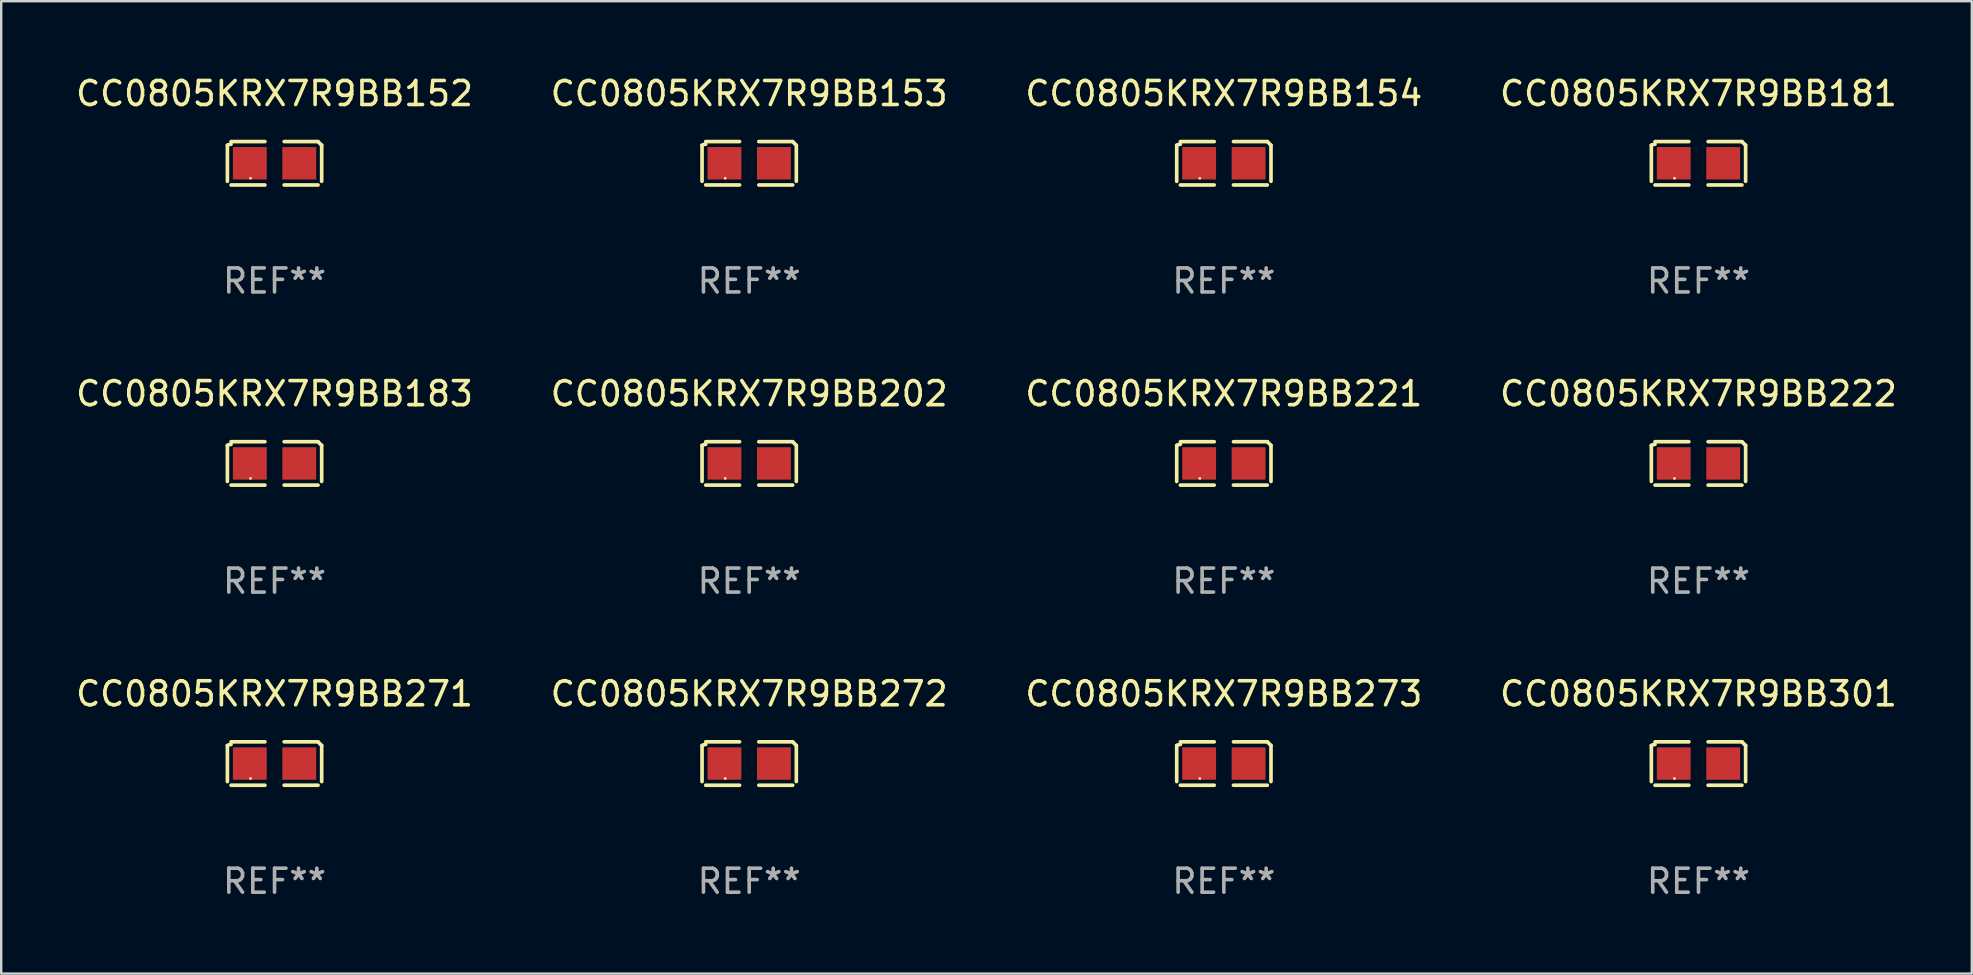
<source format=kicad_pcb>
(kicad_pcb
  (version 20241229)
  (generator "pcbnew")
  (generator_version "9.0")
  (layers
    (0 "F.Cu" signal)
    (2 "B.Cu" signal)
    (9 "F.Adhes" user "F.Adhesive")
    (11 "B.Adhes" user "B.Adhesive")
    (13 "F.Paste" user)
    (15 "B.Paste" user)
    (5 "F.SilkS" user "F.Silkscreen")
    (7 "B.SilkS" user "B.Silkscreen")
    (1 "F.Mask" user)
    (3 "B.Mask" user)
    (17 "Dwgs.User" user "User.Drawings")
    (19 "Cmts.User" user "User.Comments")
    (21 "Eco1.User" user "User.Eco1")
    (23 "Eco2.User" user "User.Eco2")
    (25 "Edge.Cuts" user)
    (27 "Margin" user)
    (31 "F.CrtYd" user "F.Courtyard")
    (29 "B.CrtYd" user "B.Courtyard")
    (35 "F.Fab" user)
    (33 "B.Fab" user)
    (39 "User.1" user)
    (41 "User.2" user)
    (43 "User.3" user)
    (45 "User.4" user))
  (footprint "CC0805KRX7R9BB221"
    (layer "F.Cu")
    (at 47.935 16.256)
    (property "Reference" "CC0805KRX7R9BB221" (at 0 -2.904 0) (layer "F.SilkS") (effects (font (size 1 1) (thickness 0.15))))
    (attr through_hole)
    (fp_line (start -1.964 0.751) (end -1.964 -0.751) (stroke (width 0.152) (type solid)) (layer "F.SilkS"))
    (fp_line (start -1.811 -0.904) (end -0.401 -0.904) (stroke (width 0.152) (type solid)) (layer "F.SilkS"))
    (fp_line (start -0.401 0.904) (end -1.811 0.904) (stroke (width 0.152) (type solid)) (layer "F.SilkS"))
    (fp_line (start 0.401 0.904) (end 1.811 0.904) (stroke (width 0.152) (type solid)) (layer "F.SilkS"))
    (fp_line (start 1.811 -0.904) (end 0.401 -0.904) (stroke (width 0.152) (type solid)) (layer "F.SilkS"))
    (fp_line (start 1.964 0.751) (end 1.964 -0.751) (stroke (width 0.152) (type solid)) (layer "F.SilkS"))
    (fp_arc (start -1.963602 -0.751207) (mid -1.890354 -0.783131) (end -1.811201 -0.794044) (stroke (width 0.1524) (type solid)) (layer "F.SilkS"))
    (fp_arc (start 1.811202 -0.903607) (mid 1.887413 -0.827418) (end 1.963602 -0.751207) (stroke (width 0.1524) (type solid)) (layer "F.SilkS"))
    (fp_circle (center -1 0.625) (end -0.97 0.625) (stroke (width 0.06) (type solid)) (fill no) (layer "F.SilkS"))
    (fp_text user "REF**" (at 0 4.904 0) (layer "F.Fab") (effects (font (size 1 1) (thickness 0.15))))
    (pad "1" smd rect (at -1.03 0) (size 1.41 1.35) (layers "F.Cu" "F.Mask" "F.Paste"))
    (pad "2" smd rect (at 1.03 0) (size 1.41 1.35) (layers "F.Cu" "F.Mask" "F.Paste")))
  (footprint "CC0805KRX7R9BB183"
    (layer "F.Cu")
    (at 8.387 16.256)
    (property "Reference" "CC0805KRX7R9BB183" (at 0 -2.904 0) (layer "F.SilkS") (effects (font (size 1 1) (thickness 0.15))))
    (attr through_hole)
    (fp_line (start -1.964 0.751) (end -1.964 -0.751) (stroke (width 0.152) (type solid)) (layer "F.SilkS"))
    (fp_line (start -1.811 -0.904) (end -0.401 -0.904) (stroke (width 0.152) (type solid)) (layer "F.SilkS"))
    (fp_line (start -0.401 0.904) (end -1.811 0.904) (stroke (width 0.152) (type solid)) (layer "F.SilkS"))
    (fp_line (start 0.401 0.904) (end 1.811 0.904) (stroke (width 0.152) (type solid)) (layer "F.SilkS"))
    (fp_line (start 1.811 -0.904) (end 0.401 -0.904) (stroke (width 0.152) (type solid)) (layer "F.SilkS"))
    (fp_line (start 1.964 0.751) (end 1.964 -0.751) (stroke (width 0.152) (type solid)) (layer "F.SilkS"))
    (fp_arc (start -1.963602 -0.751207) (mid -1.890354 -0.783131) (end -1.811201 -0.794044) (stroke (width 0.1524) (type solid)) (layer "F.SilkS"))
    (fp_arc (start 1.811202 -0.903607) (mid 1.887413 -0.827418) (end 1.963602 -0.751207) (stroke (width 0.1524) (type solid)) (layer "F.SilkS"))
    (fp_circle (center -1 0.625) (end -0.97 0.625) (stroke (width 0.06) (type solid)) (fill no) (layer "F.SilkS"))
    (fp_text user "REF**" (at 0 4.904 0) (layer "F.Fab") (effects (font (size 1 1) (thickness 0.15))))
    (pad "1" smd rect (at -1.03 0) (size 1.41 1.35) (layers "F.Cu" "F.Mask" "F.Paste"))
    (pad "2" smd rect (at 1.03 0) (size 1.41 1.35) (layers "F.Cu" "F.Mask" "F.Paste")))
  (footprint "CC0805KRX7R9BB272"
    (layer "F.Cu")
    (at 28.161 28.759)
    (property "Reference" "CC0805KRX7R9BB272" (at 0 -2.904 0) (layer "F.SilkS") (effects (font (size 1 1) (thickness 0.15))))
    (attr through_hole)
    (fp_line (start -1.964 0.751) (end -1.964 -0.751) (stroke (width 0.152) (type solid)) (layer "F.SilkS"))
    (fp_line (start -1.811 -0.904) (end -0.401 -0.904) (stroke (width 0.152) (type solid)) (layer "F.SilkS"))
    (fp_line (start -0.401 0.904) (end -1.811 0.904) (stroke (width 0.152) (type solid)) (layer "F.SilkS"))
    (fp_line (start 0.401 0.904) (end 1.811 0.904) (stroke (width 0.152) (type solid)) (layer "F.SilkS"))
    (fp_line (start 1.811 -0.904) (end 0.401 -0.904) (stroke (width 0.152) (type solid)) (layer "F.SilkS"))
    (fp_line (start 1.964 0.751) (end 1.964 -0.751) (stroke (width 0.152) (type solid)) (layer "F.SilkS"))
    (fp_arc (start -1.963602 -0.751207) (mid -1.890354 -0.783131) (end -1.811201 -0.794044) (stroke (width 0.1524) (type solid)) (layer "F.SilkS"))
    (fp_arc (start 1.811202 -0.903607) (mid 1.887413 -0.827418) (end 1.963602 -0.751207) (stroke (width 0.1524) (type solid)) (layer "F.SilkS"))
    (fp_circle (center -1 0.625) (end -0.97 0.625) (stroke (width 0.06) (type solid)) (fill no) (layer "F.SilkS"))
    (fp_text user "REF**" (at 0 4.904 0) (layer "F.Fab") (effects (font (size 1 1) (thickness 0.15))))
    (pad "1" smd rect (at -1.03 0) (size 1.41 1.35) (layers "F.Cu" "F.Mask" "F.Paste"))
    (pad "2" smd rect (at 1.03 0) (size 1.41 1.35) (layers "F.Cu" "F.Mask" "F.Paste")))
  (footprint "CC0805KRX7R9BB153"
    (layer "F.Cu")
    (at 28.161 3.752)
    (property "Reference" "CC0805KRX7R9BB153" (at 0 -2.904 0) (layer "F.SilkS") (effects (font (size 1 1) (thickness 0.15))))
    (attr through_hole)
    (fp_line (start -1.964 0.751) (end -1.964 -0.751) (stroke (width 0.152) (type solid)) (layer "F.SilkS"))
    (fp_line (start -1.811 -0.904) (end -0.401 -0.904) (stroke (width 0.152) (type solid)) (layer "F.SilkS"))
    (fp_line (start -0.401 0.904) (end -1.811 0.904) (stroke (width 0.152) (type solid)) (layer "F.SilkS"))
    (fp_line (start 0.401 0.904) (end 1.811 0.904) (stroke (width 0.152) (type solid)) (layer "F.SilkS"))
    (fp_line (start 1.811 -0.904) (end 0.401 -0.904) (stroke (width 0.152) (type solid)) (layer "F.SilkS"))
    (fp_line (start 1.964 0.751) (end 1.964 -0.751) (stroke (width 0.152) (type solid)) (layer "F.SilkS"))
    (fp_arc (start -1.963602 -0.751207) (mid -1.890354 -0.783131) (end -1.811201 -0.794044) (stroke (width 0.1524) (type solid)) (layer "F.SilkS"))
    (fp_arc (start 1.811202 -0.903607) (mid 1.887413 -0.827418) (end 1.963602 -0.751207) (stroke (width 0.1524) (type solid)) (layer "F.SilkS"))
    (fp_circle (center -1 0.625) (end -0.97 0.625) (stroke (width 0.06) (type solid)) (fill no) (layer "F.SilkS"))
    (fp_text user "REF**" (at 0 4.904 0) (layer "F.Fab") (effects (font (size 1 1) (thickness 0.15))))
    (pad "1" smd rect (at -1.03 0) (size 1.41 1.35) (layers "F.Cu" "F.Mask" "F.Paste"))
    (pad "2" smd rect (at 1.03 0) (size 1.41 1.35) (layers "F.Cu" "F.Mask" "F.Paste")))
  (footprint "CC0805KRX7R9BB273"
    (layer "F.Cu")
    (at 47.935 28.759)
    (property "Reference" "CC0805KRX7R9BB273" (at 0 -2.904 0) (layer "F.SilkS") (effects (font (size 1 1) (thickness 0.15))))
    (attr through_hole)
    (fp_line (start -1.964 0.751) (end -1.964 -0.751) (stroke (width 0.152) (type solid)) (layer "F.SilkS"))
    (fp_line (start -1.811 -0.904) (end -0.401 -0.904) (stroke (width 0.152) (type solid)) (layer "F.SilkS"))
    (fp_line (start -0.401 0.904) (end -1.811 0.904) (stroke (width 0.152) (type solid)) (layer "F.SilkS"))
    (fp_line (start 0.401 0.904) (end 1.811 0.904) (stroke (width 0.152) (type solid)) (layer "F.SilkS"))
    (fp_line (start 1.811 -0.904) (end 0.401 -0.904) (stroke (width 0.152) (type solid)) (layer "F.SilkS"))
    (fp_line (start 1.964 0.751) (end 1.964 -0.751) (stroke (width 0.152) (type solid)) (layer "F.SilkS"))
    (fp_arc (start -1.963602 -0.751207) (mid -1.890354 -0.783131) (end -1.811201 -0.794044) (stroke (width 0.1524) (type solid)) (layer "F.SilkS"))
    (fp_arc (start 1.811202 -0.903607) (mid 1.887413 -0.827418) (end 1.963602 -0.751207) (stroke (width 0.1524) (type solid)) (layer "F.SilkS"))
    (fp_circle (center -1 0.625) (end -0.97 0.625) (stroke (width 0.06) (type solid)) (fill no) (layer "F.SilkS"))
    (fp_text user "REF**" (at 0 4.904 0) (layer "F.Fab") (effects (font (size 1 1) (thickness 0.15))))
    (pad "1" smd rect (at -1.03 0) (size 1.41 1.35) (layers "F.Cu" "F.Mask" "F.Paste"))
    (pad "2" smd rect (at 1.03 0) (size 1.41 1.35) (layers "F.Cu" "F.Mask" "F.Paste")))
  (footprint "CC0805KRX7R9BB154"
    (layer "F.Cu")
    (at 47.935 3.752)
    (property "Reference" "CC0805KRX7R9BB154" (at 0 -2.904 0) (layer "F.SilkS") (effects (font (size 1 1) (thickness 0.15))))
    (attr through_hole)
    (fp_line (start -1.964 0.751) (end -1.964 -0.751) (stroke (width 0.152) (type solid)) (layer "F.SilkS"))
    (fp_line (start -1.811 -0.904) (end -0.401 -0.904) (stroke (width 0.152) (type solid)) (layer "F.SilkS"))
    (fp_line (start -0.401 0.904) (end -1.811 0.904) (stroke (width 0.152) (type solid)) (layer "F.SilkS"))
    (fp_line (start 0.401 0.904) (end 1.811 0.904) (stroke (width 0.152) (type solid)) (layer "F.SilkS"))
    (fp_line (start 1.811 -0.904) (end 0.401 -0.904) (stroke (width 0.152) (type solid)) (layer "F.SilkS"))
    (fp_line (start 1.964 0.751) (end 1.964 -0.751) (stroke (width 0.152) (type solid)) (layer "F.SilkS"))
    (fp_arc (start -1.963602 -0.751207) (mid -1.890354 -0.783131) (end -1.811201 -0.794044) (stroke (width 0.1524) (type solid)) (layer "F.SilkS"))
    (fp_arc (start 1.811202 -0.903607) (mid 1.887413 -0.827418) (end 1.963602 -0.751207) (stroke (width 0.1524) (type solid)) (layer "F.SilkS"))
    (fp_circle (center -1 0.625) (end -0.97 0.625) (stroke (width 0.06) (type solid)) (fill no) (layer "F.SilkS"))
    (fp_text user "REF**" (at 0 4.904 0) (layer "F.Fab") (effects (font (size 1 1) (thickness 0.15))))
    (pad "1" smd rect (at -1.03 0) (size 1.41 1.35) (layers "F.Cu" "F.Mask" "F.Paste"))
    (pad "2" smd rect (at 1.03 0) (size 1.41 1.35) (layers "F.Cu" "F.Mask" "F.Paste")))
  (footprint "CC0805KRX7R9BB301"
    (layer "F.Cu")
    (at 67.708 28.759)
    (property "Reference" "CC0805KRX7R9BB301" (at 0 -2.904 0) (layer "F.SilkS") (effects (font (size 1 1) (thickness 0.15))))
    (attr through_hole)
    (fp_line (start -1.964 0.751) (end -1.964 -0.751) (stroke (width 0.152) (type solid)) (layer "F.SilkS"))
    (fp_line (start -1.811 -0.904) (end -0.401 -0.904) (stroke (width 0.152) (type solid)) (layer "F.SilkS"))
    (fp_line (start -0.401 0.904) (end -1.811 0.904) (stroke (width 0.152) (type solid)) (layer "F.SilkS"))
    (fp_line (start 0.401 0.904) (end 1.811 0.904) (stroke (width 0.152) (type solid)) (layer "F.SilkS"))
    (fp_line (start 1.811 -0.904) (end 0.401 -0.904) (stroke (width 0.152) (type solid)) (layer "F.SilkS"))
    (fp_line (start 1.964 0.751) (end 1.964 -0.751) (stroke (width 0.152) (type solid)) (layer "F.SilkS"))
    (fp_arc (start -1.963602 -0.751207) (mid -1.890354 -0.783131) (end -1.811201 -0.794044) (stroke (width 0.1524) (type solid)) (layer "F.SilkS"))
    (fp_arc (start 1.811202 -0.903607) (mid 1.887413 -0.827418) (end 1.963602 -0.751207) (stroke (width 0.1524) (type solid)) (layer "F.SilkS"))
    (fp_circle (center -1 0.625) (end -0.97 0.625) (stroke (width 0.06) (type solid)) (fill no) (layer "F.SilkS"))
    (fp_text user "REF**" (at 0 4.904 0) (layer "F.Fab") (effects (font (size 1 1) (thickness 0.15))))
    (pad "1" smd rect (at -1.03 0) (size 1.41 1.35) (layers "F.Cu" "F.Mask" "F.Paste"))
    (pad "2" smd rect (at 1.03 0) (size 1.41 1.35) (layers "F.Cu" "F.Mask" "F.Paste")))
  (footprint "CC0805KRX7R9BB181"
    (layer "F.Cu")
    (at 67.708 3.752)
    (property "Reference" "CC0805KRX7R9BB181" (at 0 -2.904 0) (layer "F.SilkS") (effects (font (size 1 1) (thickness 0.15))))
    (attr through_hole)
    (fp_line (start -1.964 0.751) (end -1.964 -0.751) (stroke (width 0.152) (type solid)) (layer "F.SilkS"))
    (fp_line (start -1.811 -0.904) (end -0.401 -0.904) (stroke (width 0.152) (type solid)) (layer "F.SilkS"))
    (fp_line (start -0.401 0.904) (end -1.811 0.904) (stroke (width 0.152) (type solid)) (layer "F.SilkS"))
    (fp_line (start 0.401 0.904) (end 1.811 0.904) (stroke (width 0.152) (type solid)) (layer "F.SilkS"))
    (fp_line (start 1.811 -0.904) (end 0.401 -0.904) (stroke (width 0.152) (type solid)) (layer "F.SilkS"))
    (fp_line (start 1.964 0.751) (end 1.964 -0.751) (stroke (width 0.152) (type solid)) (layer "F.SilkS"))
    (fp_arc (start -1.963602 -0.751207) (mid -1.890354 -0.783131) (end -1.811201 -0.794044) (stroke (width 0.1524) (type solid)) (layer "F.SilkS"))
    (fp_arc (start 1.811202 -0.903607) (mid 1.887413 -0.827418) (end 1.963602 -0.751207) (stroke (width 0.1524) (type solid)) (layer "F.SilkS"))
    (fp_circle (center -1 0.625) (end -0.97 0.625) (stroke (width 0.06) (type solid)) (fill no) (layer "F.SilkS"))
    (fp_text user "REF**" (at 0 4.904 0) (layer "F.Fab") (effects (font (size 1 1) (thickness 0.15))))
    (pad "1" smd rect (at -1.03 0) (size 1.41 1.35) (layers "F.Cu" "F.Mask" "F.Paste"))
    (pad "2" smd rect (at 1.03 0) (size 1.41 1.35) (layers "F.Cu" "F.Mask" "F.Paste")))
  (footprint "CC0805KRX7R9BB152"
    (layer "F.Cu")
    (at 8.387 3.752)
    (property "Reference" "CC0805KRX7R9BB152" (at 0 -2.904 0) (layer "F.SilkS") (effects (font (size 1 1) (thickness 0.15))))
    (attr through_hole)
    (fp_line (start -1.964 0.751) (end -1.964 -0.751) (stroke (width 0.152) (type solid)) (layer "F.SilkS"))
    (fp_line (start -1.811 -0.904) (end -0.401 -0.904) (stroke (width 0.152) (type solid)) (layer "F.SilkS"))
    (fp_line (start -0.401 0.904) (end -1.811 0.904) (stroke (width 0.152) (type solid)) (layer "F.SilkS"))
    (fp_line (start 0.401 0.904) (end 1.811 0.904) (stroke (width 0.152) (type solid)) (layer "F.SilkS"))
    (fp_line (start 1.811 -0.904) (end 0.401 -0.904) (stroke (width 0.152) (type solid)) (layer "F.SilkS"))
    (fp_line (start 1.964 0.751) (end 1.964 -0.751) (stroke (width 0.152) (type solid)) (layer "F.SilkS"))
    (fp_arc (start -1.963602 -0.751207) (mid -1.890354 -0.783131) (end -1.811201 -0.794044) (stroke (width 0.1524) (type solid)) (layer "F.SilkS"))
    (fp_arc (start 1.811202 -0.903607) (mid 1.887413 -0.827418) (end 1.963602 -0.751207) (stroke (width 0.1524) (type solid)) (layer "F.SilkS"))
    (fp_circle (center -1 0.625) (end -0.97 0.625) (stroke (width 0.06) (type solid)) (fill no) (layer "F.SilkS"))
    (fp_text user "REF**" (at 0 4.904 0) (layer "F.Fab") (effects (font (size 1 1) (thickness 0.15))))
    (pad "1" smd rect (at -1.03 0) (size 1.41 1.35) (layers "F.Cu" "F.Mask" "F.Paste"))
    (pad "2" smd rect (at 1.03 0) (size 1.41 1.35) (layers "F.Cu" "F.Mask" "F.Paste")))
  (footprint "CC0805KRX7R9BB202"
    (layer "F.Cu")
    (at 28.161 16.256)
    (property "Reference" "CC0805KRX7R9BB202" (at 0 -2.904 0) (layer "F.SilkS") (effects (font (size 1 1) (thickness 0.15))))
    (attr through_hole)
    (fp_line (start -1.964 0.751) (end -1.964 -0.751) (stroke (width 0.152) (type solid)) (layer "F.SilkS"))
    (fp_line (start -1.811 -0.904) (end -0.401 -0.904) (stroke (width 0.152) (type solid)) (layer "F.SilkS"))
    (fp_line (start -0.401 0.904) (end -1.811 0.904) (stroke (width 0.152) (type solid)) (layer "F.SilkS"))
    (fp_line (start 0.401 0.904) (end 1.811 0.904) (stroke (width 0.152) (type solid)) (layer "F.SilkS"))
    (fp_line (start 1.811 -0.904) (end 0.401 -0.904) (stroke (width 0.152) (type solid)) (layer "F.SilkS"))
    (fp_line (start 1.964 0.751) (end 1.964 -0.751) (stroke (width 0.152) (type solid)) (layer "F.SilkS"))
    (fp_arc (start -1.963602 -0.751207) (mid -1.890354 -0.783131) (end -1.811201 -0.794044) (stroke (width 0.1524) (type solid)) (layer "F.SilkS"))
    (fp_arc (start 1.811202 -0.903607) (mid 1.887413 -0.827418) (end 1.963602 -0.751207) (stroke (width 0.1524) (type solid)) (layer "F.SilkS"))
    (fp_circle (center -1 0.625) (end -0.97 0.625) (stroke (width 0.06) (type solid)) (fill no) (layer "F.SilkS"))
    (fp_text user "REF**" (at 0 4.904 0) (layer "F.Fab") (effects (font (size 1 1) (thickness 0.15))))
    (pad "1" smd rect (at -1.03 0) (size 1.41 1.35) (layers "F.Cu" "F.Mask" "F.Paste"))
    (pad "2" smd rect (at 1.03 0) (size 1.41 1.35) (layers "F.Cu" "F.Mask" "F.Paste")))
  (footprint "CC0805KRX7R9BB271"
    (layer "F.Cu")
    (at 8.387 28.759)
    (property "Reference" "CC0805KRX7R9BB271" (at 0 -2.904 0) (layer "F.SilkS") (effects (font (size 1 1) (thickness 0.15))))
    (attr through_hole)
    (fp_line (start -1.964 0.751) (end -1.964 -0.751) (stroke (width 0.152) (type solid)) (layer "F.SilkS"))
    (fp_line (start -1.811 -0.904) (end -0.401 -0.904) (stroke (width 0.152) (type solid)) (layer "F.SilkS"))
    (fp_line (start -0.401 0.904) (end -1.811 0.904) (stroke (width 0.152) (type solid)) (layer "F.SilkS"))
    (fp_line (start 0.401 0.904) (end 1.811 0.904) (stroke (width 0.152) (type solid)) (layer "F.SilkS"))
    (fp_line (start 1.811 -0.904) (end 0.401 -0.904) (stroke (width 0.152) (type solid)) (layer "F.SilkS"))
    (fp_line (start 1.964 0.751) (end 1.964 -0.751) (stroke (width 0.152) (type solid)) (layer "F.SilkS"))
    (fp_arc (start -1.963602 -0.751207) (mid -1.890354 -0.783131) (end -1.811201 -0.794044) (stroke (width 0.1524) (type solid)) (layer "F.SilkS"))
    (fp_arc (start 1.811202 -0.903607) (mid 1.887413 -0.827418) (end 1.963602 -0.751207) (stroke (width 0.1524) (type solid)) (layer "F.SilkS"))
    (fp_circle (center -1 0.625) (end -0.97 0.625) (stroke (width 0.06) (type solid)) (fill no) (layer "F.SilkS"))
    (fp_text user "REF**" (at 0 4.904 0) (layer "F.Fab") (effects (font (size 1 1) (thickness 0.15))))
    (pad "1" smd rect (at -1.03 0) (size 1.41 1.35) (layers "F.Cu" "F.Mask" "F.Paste"))
    (pad "2" smd rect (at 1.03 0) (size 1.41 1.35) (layers "F.Cu" "F.Mask" "F.Paste")))
  (footprint "CC0805KRX7R9BB222"
    (layer "F.Cu")
    (at 67.708 16.256)
    (property "Reference" "CC0805KRX7R9BB222" (at 0 -2.904 0) (layer "F.SilkS") (effects (font (size 1 1) (thickness 0.15))))
    (attr through_hole)
    (fp_line (start -1.964 0.751) (end -1.964 -0.751) (stroke (width 0.152) (type solid)) (layer "F.SilkS"))
    (fp_line (start -1.811 -0.904) (end -0.401 -0.904) (stroke (width 0.152) (type solid)) (layer "F.SilkS"))
    (fp_line (start -0.401 0.904) (end -1.811 0.904) (stroke (width 0.152) (type solid)) (layer "F.SilkS"))
    (fp_line (start 0.401 0.904) (end 1.811 0.904) (stroke (width 0.152) (type solid)) (layer "F.SilkS"))
    (fp_line (start 1.811 -0.904) (end 0.401 -0.904) (stroke (width 0.152) (type solid)) (layer "F.SilkS"))
    (fp_line (start 1.964 0.751) (end 1.964 -0.751) (stroke (width 0.152) (type solid)) (layer "F.SilkS"))
    (fp_arc (start -1.963602 -0.751207) (mid -1.890354 -0.783131) (end -1.811201 -0.794044) (stroke (width 0.1524) (type solid)) (layer "F.SilkS"))
    (fp_arc (start 1.811202 -0.903607) (mid 1.887413 -0.827418) (end 1.963602 -0.751207) (stroke (width 0.1524) (type solid)) (layer "F.SilkS"))
    (fp_circle (center -1 0.625) (end -0.97 0.625) (stroke (width 0.06) (type solid)) (fill no) (layer "F.SilkS"))
    (fp_text user "REF**" (at 0 4.904 0) (layer "F.Fab") (effects (font (size 1 1) (thickness 0.15))))
    (pad "1" smd rect (at -1.03 0) (size 1.41 1.35) (layers "F.Cu" "F.Mask" "F.Paste"))
    (pad "2" smd rect (at 1.03 0) (size 1.41 1.35) (layers "F.Cu" "F.Mask" "F.Paste")))
  (gr_rect
    (start -3 -3)
    (end 79.095 37.511)
    (stroke (width 0.1) (type default))
    (fill no)
    (layer "Edge.Cuts")))
</source>
